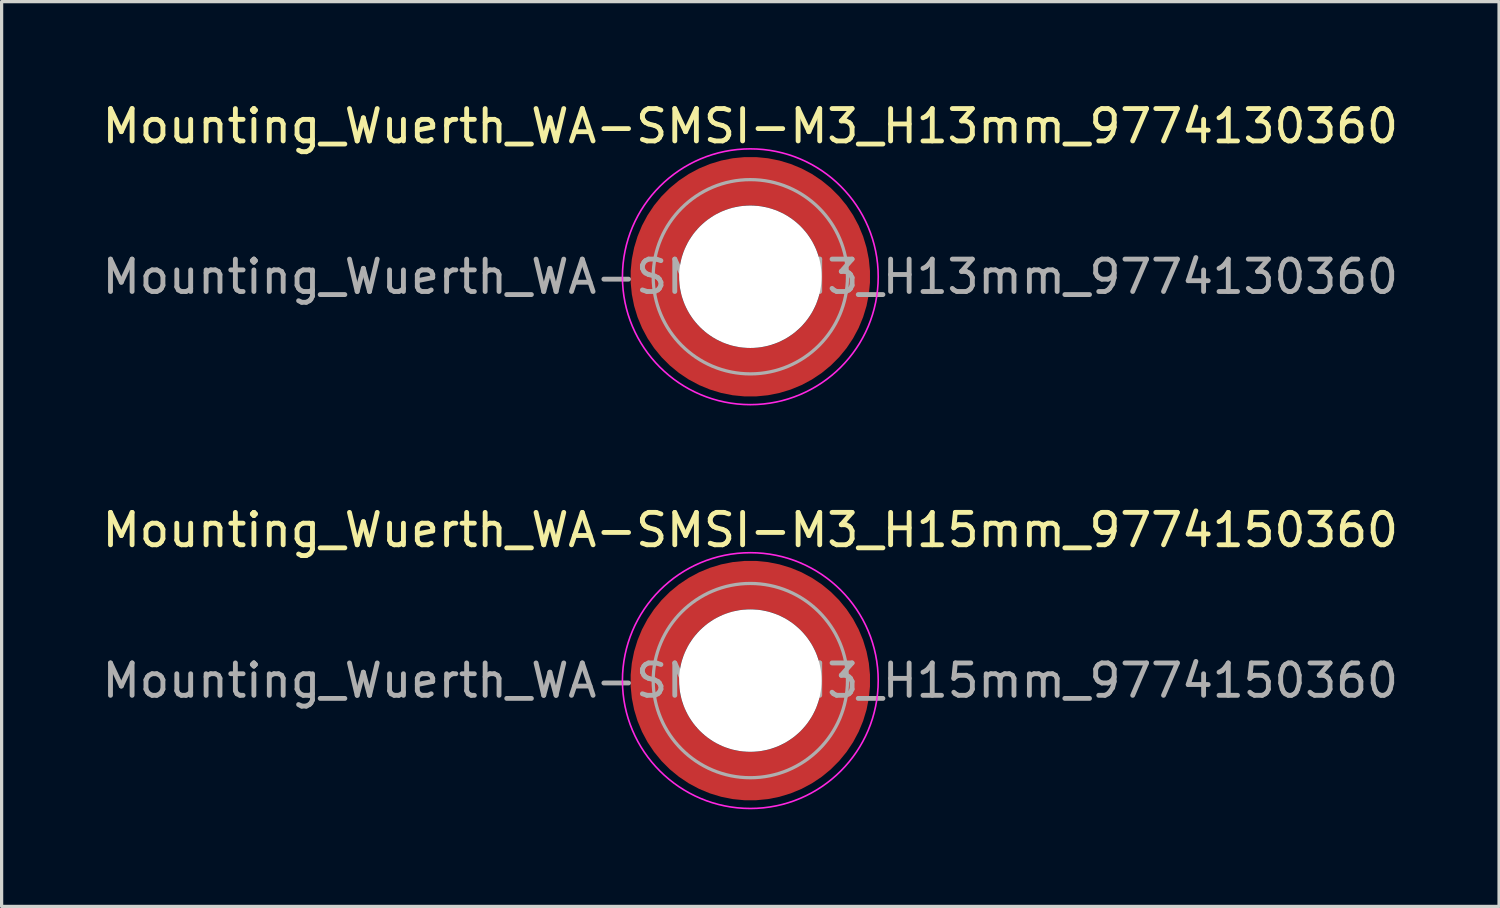
<source format=kicad_pcb>
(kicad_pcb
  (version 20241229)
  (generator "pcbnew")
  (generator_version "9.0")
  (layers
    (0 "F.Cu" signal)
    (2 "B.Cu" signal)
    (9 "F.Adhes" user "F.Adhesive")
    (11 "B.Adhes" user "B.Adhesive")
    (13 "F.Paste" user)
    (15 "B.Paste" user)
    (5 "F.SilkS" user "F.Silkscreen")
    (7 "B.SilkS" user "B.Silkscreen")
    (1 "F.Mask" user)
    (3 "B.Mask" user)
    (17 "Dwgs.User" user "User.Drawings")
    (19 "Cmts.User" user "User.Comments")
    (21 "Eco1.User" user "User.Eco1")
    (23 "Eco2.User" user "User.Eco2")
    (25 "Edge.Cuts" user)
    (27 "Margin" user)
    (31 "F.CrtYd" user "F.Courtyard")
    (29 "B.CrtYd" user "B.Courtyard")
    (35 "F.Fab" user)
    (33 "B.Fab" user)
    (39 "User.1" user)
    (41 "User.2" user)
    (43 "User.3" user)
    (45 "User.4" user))
  (footprint "Mounting_Wuerth_WA-SMSI-M3_H15mm_9774150360"
    (layer "F.Cu")
    (at 20.125 17.971)
    (property "Reference" "Mounting_Wuerth_WA-SMSI-M3_H15mm_9774150360" (at 0 -4.65 0) (layer "F.SilkS") (effects (font (size 1 1) (thickness 0.15))))
    (attr smd)
    (fp_circle (center 0 0) (end 3.95 0) (stroke (width 0.05) (type solid)) (fill no) (layer "F.CrtYd"))
    (fp_circle (center 0 0) (end 3 0) (stroke (width 0.1) (type solid)) (fill no) (layer "F.Fab"))
    (fp_text user "${REFERENCE}" (at 0 0 0) (layer "F.Fab") (effects (font (size 1 1) (thickness 0.15))))
    (pad "" smd custom (at -2.058 -2.058) (size 0.7 0.7) (layers "F.Paste") (options (anchor circle)) (primitives (gr_arc (start -0.377294 1.707681) (mid 0.317578 0.318817) (end 1.705947 -0.377044) (width 0.2)) (gr_arc (start -0.478281 1.707681) (mid 0.246161 0.248814) (end 1.703965 -0.477765) (width 0.2)) (gr_arc (start -0.579192 1.707681) (mid 0.175492 0.178063) (end 1.704077 -0.578711) (width 0.2)) (gr_arc (start -0.680037 1.707681) (mid 0.105568 0.106564) (end 1.706284 -0.679858) (width 0.2)) (gr_arc (start -0.780822 1.707681) (mid 0.034627 0.036085) (end 1.705634 -0.780569) (width 0.2)) (gr_arc (start -0.881554 1.707681) (mid -0.035694 -0.035016) (end 1.706729 -0.881441) (width 0.2)) (gr_arc (start -0.982237 1.707681) (mid -0.107281 -0.10485) (end 1.704266 -0.981843) (width 0.2)) (gr_arc (start -1.082877 1.707681) (mid -0.178372 -0.175181) (end 1.703197 -1.082374) (width 0.2)) (gr_arc (start -1.183476 1.707681) (mid -0.248964 -0.246008) (end 1.703525 -1.183025) (width 0.2)) (gr_arc (start -1.28404 1.707681) (mid -0.319062 -0.317334) (end 1.70525 -1.283784) (width 0.2)) (gr_line (start 1.708 -0.377) (end 1.708 -1.284) (width 0.2)) (gr_line (start -0.377 1.708) (end -1.284 1.708) (width 0.2))))
    (pad "" smd custom (at -2.058 2.058) (size 0.7 0.7) (layers "F.Paste") (options (anchor circle)) (primitives (gr_arc (start 1.707681 0.377294) (mid 0.318817 -0.317578) (end -0.377044 -1.705947) (width 0.2)) (gr_arc (start 1.707681 0.478281) (mid 0.248814 -0.246161) (end -0.477765 -1.703965) (width 0.2)) (gr_arc (start 1.707681 0.579192) (mid 0.178063 -0.175492) (end -0.578711 -1.704077) (width 0.2)) (gr_arc (start 1.707681 0.680037) (mid 0.106564 -0.105568) (end -0.679858 -1.706284) (width 0.2)) (gr_arc (start 1.707681 0.780822) (mid 0.036085 -0.034626) (end -0.780569 -1.705634) (width 0.2)) (gr_arc (start 1.707681 0.881554) (mid -0.035016 0.035694) (end -0.881441 -1.706729) (width 0.2)) (gr_arc (start 1.707681 0.982237) (mid -0.10485 0.107281) (end -0.981842 -1.704266) (width 0.2)) (gr_arc (start 1.707681 1.082877) (mid -0.175181 0.178372) (end -1.082374 -1.703197) (width 0.2)) (gr_arc (start 1.707681 1.183476) (mid -0.246008 0.248964) (end -1.183025 -1.703525) (width 0.2)) (gr_arc (start 1.707681 1.28404) (mid -0.317334 0.319062) (end -1.283784 -1.70525) (width 0.2)) (gr_line (start -0.377 -1.708) (end -1.284 -1.708) (width 0.2)) (gr_line (start 1.708 0.377) (end 1.708 1.284) (width 0.2))))
    (pad "" np_thru_hole circle (at 0 0) (size 4.4 4.4) (drill 4.4) (layers "*.Cu" "*.Mask"))
    (pad "" smd custom (at 2.058 -2.058) (size 0.7 0.7) (layers "F.Paste") (options (anchor circle)) (primitives (gr_arc (start -1.707681 -0.377294) (mid -0.318817 0.317579) (end 0.377044 1.705947) (width 0.2)) (gr_arc (start -1.707681 -0.478281) (mid -0.248814 0.246161) (end 0.477765 1.703965) (width 0.2)) (gr_arc (start -1.707681 -0.579192) (mid -0.178063 0.175492) (end 0.578711 1.704077) (width 0.2)) (gr_arc (start -1.707681 -0.680037) (mid -0.106564 0.105568) (end 0.679858 1.706284) (width 0.2)) (gr_arc (start -1.707681 -0.780822) (mid -0.036085 0.034627) (end 0.780569 1.705634) (width 0.2)) (gr_arc (start -1.707681 -0.881554) (mid 0.035016 -0.035694) (end 0.881441 1.706729) (width 0.2)) (gr_arc (start -1.707681 -0.982237) (mid 0.10485 -0.107281) (end 0.981843 1.704266) (width 0.2)) (gr_arc (start -1.707681 -1.082877) (mid 0.175181 -0.178372) (end 1.082374 1.703197) (width 0.2)) (gr_arc (start -1.707681 -1.183476) (mid 0.246008 -0.248964) (end 1.183025 1.703525) (width 0.2)) (gr_arc (start -1.707681 -1.28404) (mid 0.317333 -0.319062) (end 1.283784 1.70525) (width 0.2)) (gr_line (start 0.377 1.708) (end 1.284 1.708) (width 0.2)) (gr_line (start -1.708 -0.377) (end -1.708 -1.284) (width 0.2))))
    (pad "" smd custom (at 2.058 2.058) (size 0.7 0.7) (layers "F.Paste") (options (anchor circle)) (primitives (gr_arc (start 0.377294 -1.707681) (mid -0.317579 -0.318817) (end -1.705947 0.377044) (width 0.2)) (gr_arc (start 0.478281 -1.707681) (mid -0.246161 -0.248814) (end -1.703965 0.477765) (width 0.2)) (gr_arc (start 0.579192 -1.707681) (mid -0.175492 -0.178063) (end -1.704077 0.578711) (width 0.2)) (gr_arc (start 0.680037 -1.707681) (mid -0.105568 -0.106564) (end -1.706284 0.679858) (width 0.2)) (gr_arc (start 0.780822 -1.707681) (mid -0.034627 -0.036085) (end -1.705634 0.780569) (width 0.2)) (gr_arc (start 0.881554 -1.707681) (mid 0.035694 0.035016) (end -1.706729 0.881441) (width 0.2)) (gr_arc (start 0.982237 -1.707681) (mid 0.107281 0.10485) (end -1.704266 0.981843) (width 0.2)) (gr_arc (start 1.082877 -1.707681) (mid 0.178372 0.175181) (end -1.703197 1.082374) (width 0.2)) (gr_arc (start 1.183476 -1.707681) (mid 0.248964 0.246008) (end -1.703525 1.183025) (width 0.2)) (gr_arc (start 1.28404 -1.707681) (mid 0.319062 0.317333) (end -1.70525 1.283784) (width 0.2)) (gr_line (start -1.708 0.377) (end -1.708 1.284) (width 0.2)) (gr_line (start 0.377 -1.708) (end 1.284 -1.708) (width 0.2))))
    (pad "1" smd circle (at -2.95 0) (size 1.1 1.1) (layers "F.Cu"))
    (pad "1" smd circle (at 0 -2.95) (size 1.1 1.1) (layers "F.Cu"))
    (pad "1" smd circle (at 0 2.95) (size 1.1 1.1) (layers "F.Cu"))
    (pad "1" smd custom (at 2.95 0) (size 1.1 1.1) (layers "F.Cu" "F.Mask") (options (anchor circle)) (primitives (gr_circle (center -2.95 0) (end 0 0) (width 1.5) (fill no)))))
  (footprint "Mounting_Wuerth_WA-SMSI-M3_H13mm_9774130360"
    (layer "F.Cu")
    (at 20.125 5.498)
    (property "Reference" "Mounting_Wuerth_WA-SMSI-M3_H13mm_9774130360" (at 0 -4.65 0) (layer "F.SilkS") (effects (font (size 1 1) (thickness 0.15))))
    (attr smd)
    (fp_circle (center 0 0) (end 3.95 0) (stroke (width 0.05) (type solid)) (fill no) (layer "F.CrtYd"))
    (fp_circle (center 0 0) (end 3 0) (stroke (width 0.1) (type solid)) (fill no) (layer "F.Fab"))
    (fp_text user "${REFERENCE}" (at 0 0 0) (layer "F.Fab") (effects (font (size 1 1) (thickness 0.15))))
    (pad "" smd custom (at -2.058 -2.058) (size 0.7 0.7) (layers "F.Paste") (options (anchor circle)) (primitives (gr_arc (start -0.377294 1.707681) (mid 0.317578 0.318817) (end 1.705947 -0.377044) (width 0.2)) (gr_arc (start -0.478281 1.707681) (mid 0.246161 0.248814) (end 1.703965 -0.477765) (width 0.2)) (gr_arc (start -0.579192 1.707681) (mid 0.175492 0.178063) (end 1.704077 -0.578711) (width 0.2)) (gr_arc (start -0.680037 1.707681) (mid 0.105568 0.106564) (end 1.706284 -0.679858) (width 0.2)) (gr_arc (start -0.780822 1.707681) (mid 0.034627 0.036085) (end 1.705634 -0.780569) (width 0.2)) (gr_arc (start -0.881554 1.707681) (mid -0.035694 -0.035016) (end 1.706729 -0.881441) (width 0.2)) (gr_arc (start -0.982237 1.707681) (mid -0.107281 -0.10485) (end 1.704266 -0.981843) (width 0.2)) (gr_arc (start -1.082877 1.707681) (mid -0.178372 -0.175181) (end 1.703197 -1.082374) (width 0.2)) (gr_arc (start -1.183476 1.707681) (mid -0.248964 -0.246008) (end 1.703525 -1.183025) (width 0.2)) (gr_arc (start -1.28404 1.707681) (mid -0.319062 -0.317334) (end 1.70525 -1.283784) (width 0.2)) (gr_line (start 1.708 -0.377) (end 1.708 -1.284) (width 0.2)) (gr_line (start -0.377 1.708) (end -1.284 1.708) (width 0.2))))
    (pad "" smd custom (at -2.058 2.058) (size 0.7 0.7) (layers "F.Paste") (options (anchor circle)) (primitives (gr_arc (start 1.707681 0.377294) (mid 0.318817 -0.317578) (end -0.377044 -1.705947) (width 0.2)) (gr_arc (start 1.707681 0.478281) (mid 0.248814 -0.246161) (end -0.477765 -1.703965) (width 0.2)) (gr_arc (start 1.707681 0.579192) (mid 0.178063 -0.175492) (end -0.578711 -1.704077) (width 0.2)) (gr_arc (start 1.707681 0.680037) (mid 0.106564 -0.105568) (end -0.679858 -1.706284) (width 0.2)) (gr_arc (start 1.707681 0.780822) (mid 0.036085 -0.034626) (end -0.780569 -1.705634) (width 0.2)) (gr_arc (start 1.707681 0.881554) (mid -0.035016 0.035694) (end -0.881441 -1.706729) (width 0.2)) (gr_arc (start 1.707681 0.982237) (mid -0.10485 0.107281) (end -0.981842 -1.704266) (width 0.2)) (gr_arc (start 1.707681 1.082877) (mid -0.175181 0.178372) (end -1.082374 -1.703197) (width 0.2)) (gr_arc (start 1.707681 1.183476) (mid -0.246008 0.248964) (end -1.183025 -1.703525) (width 0.2)) (gr_arc (start 1.707681 1.28404) (mid -0.317334 0.319062) (end -1.283784 -1.70525) (width 0.2)) (gr_line (start -0.377 -1.708) (end -1.284 -1.708) (width 0.2)) (gr_line (start 1.708 0.377) (end 1.708 1.284) (width 0.2))))
    (pad "" np_thru_hole circle (at 0 0) (size 4.4 4.4) (drill 4.4) (layers "*.Cu" "*.Mask"))
    (pad "" smd custom (at 2.058 -2.058) (size 0.7 0.7) (layers "F.Paste") (options (anchor circle)) (primitives (gr_arc (start -1.707681 -0.377294) (mid -0.318817 0.317579) (end 0.377044 1.705947) (width 0.2)) (gr_arc (start -1.707681 -0.478281) (mid -0.248814 0.246161) (end 0.477765 1.703965) (width 0.2)) (gr_arc (start -1.707681 -0.579192) (mid -0.178063 0.175492) (end 0.578711 1.704077) (width 0.2)) (gr_arc (start -1.707681 -0.680037) (mid -0.106564 0.105568) (end 0.679858 1.706284) (width 0.2)) (gr_arc (start -1.707681 -0.780822) (mid -0.036085 0.034627) (end 0.780569 1.705634) (width 0.2)) (gr_arc (start -1.707681 -0.881554) (mid 0.035016 -0.035694) (end 0.881441 1.706729) (width 0.2)) (gr_arc (start -1.707681 -0.982237) (mid 0.10485 -0.107281) (end 0.981843 1.704266) (width 0.2)) (gr_arc (start -1.707681 -1.082877) (mid 0.175181 -0.178372) (end 1.082374 1.703197) (width 0.2)) (gr_arc (start -1.707681 -1.183476) (mid 0.246008 -0.248964) (end 1.183025 1.703525) (width 0.2)) (gr_arc (start -1.707681 -1.28404) (mid 0.317333 -0.319062) (end 1.283784 1.70525) (width 0.2)) (gr_line (start 0.377 1.708) (end 1.284 1.708) (width 0.2)) (gr_line (start -1.708 -0.377) (end -1.708 -1.284) (width 0.2))))
    (pad "" smd custom (at 2.058 2.058) (size 0.7 0.7) (layers "F.Paste") (options (anchor circle)) (primitives (gr_arc (start 0.377294 -1.707681) (mid -0.317579 -0.318817) (end -1.705947 0.377044) (width 0.2)) (gr_arc (start 0.478281 -1.707681) (mid -0.246161 -0.248814) (end -1.703965 0.477765) (width 0.2)) (gr_arc (start 0.579192 -1.707681) (mid -0.175492 -0.178063) (end -1.704077 0.578711) (width 0.2)) (gr_arc (start 0.680037 -1.707681) (mid -0.105568 -0.106564) (end -1.706284 0.679858) (width 0.2)) (gr_arc (start 0.780822 -1.707681) (mid -0.034627 -0.036085) (end -1.705634 0.780569) (width 0.2)) (gr_arc (start 0.881554 -1.707681) (mid 0.035694 0.035016) (end -1.706729 0.881441) (width 0.2)) (gr_arc (start 0.982237 -1.707681) (mid 0.107281 0.10485) (end -1.704266 0.981843) (width 0.2)) (gr_arc (start 1.082877 -1.707681) (mid 0.178372 0.175181) (end -1.703197 1.082374) (width 0.2)) (gr_arc (start 1.183476 -1.707681) (mid 0.248964 0.246008) (end -1.703525 1.183025) (width 0.2)) (gr_arc (start 1.28404 -1.707681) (mid 0.319062 0.317333) (end -1.70525 1.283784) (width 0.2)) (gr_line (start -1.708 0.377) (end -1.708 1.284) (width 0.2)) (gr_line (start 0.377 -1.708) (end 1.284 -1.708) (width 0.2))))
    (pad "1" smd circle (at -2.95 0) (size 1.1 1.1) (layers "F.Cu"))
    (pad "1" smd circle (at 0 -2.95) (size 1.1 1.1) (layers "F.Cu"))
    (pad "1" smd circle (at 0 2.95) (size 1.1 1.1) (layers "F.Cu"))
    (pad "1" smd custom (at 2.95 0) (size 1.1 1.1) (layers "F.Cu" "F.Mask") (options (anchor circle)) (primitives (gr_circle (center -2.95 0) (end 0 0) (width 1.5) (fill no)))))
  (gr_rect
    (start -3 -3)
    (end 43.25 24.947)
    (stroke (width 0.1) (type default))
    (fill no)
    (layer "Edge.Cuts")))
</source>
